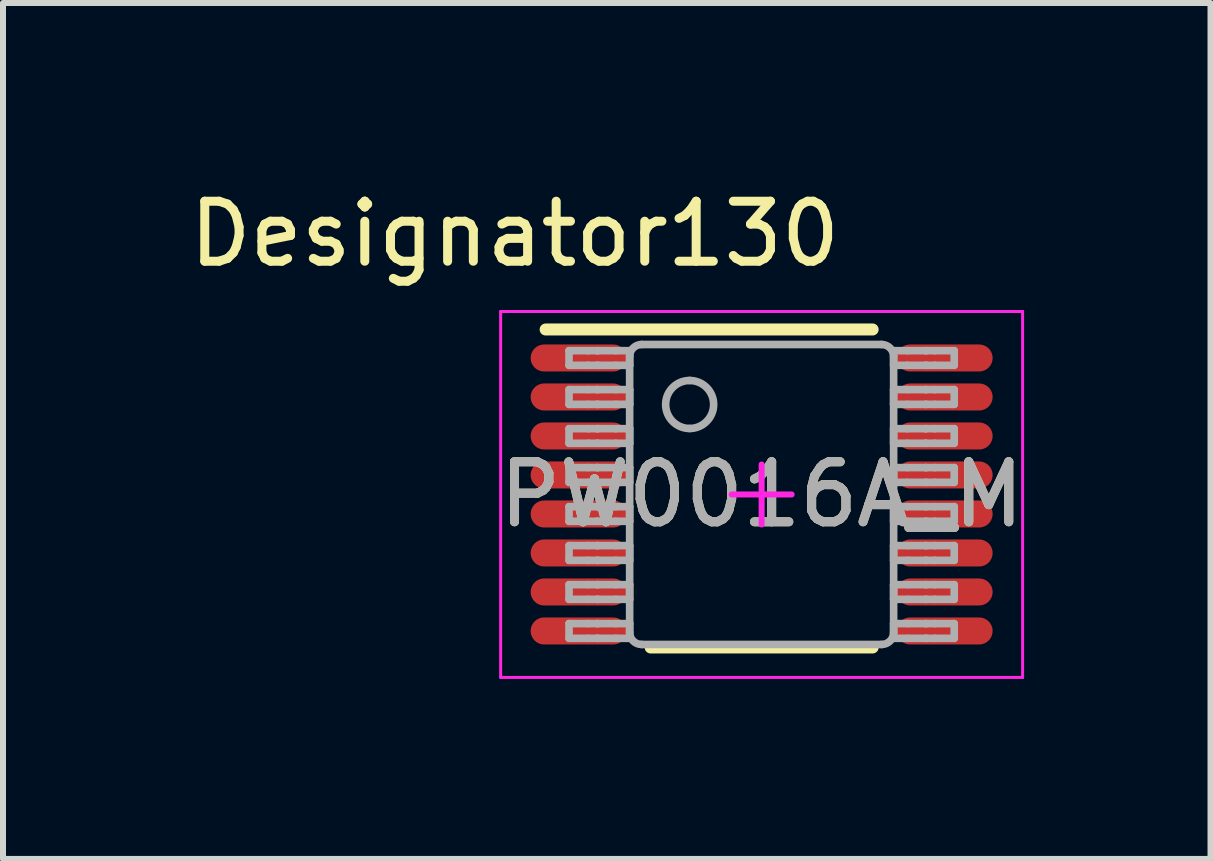
<source format=kicad_pcb>
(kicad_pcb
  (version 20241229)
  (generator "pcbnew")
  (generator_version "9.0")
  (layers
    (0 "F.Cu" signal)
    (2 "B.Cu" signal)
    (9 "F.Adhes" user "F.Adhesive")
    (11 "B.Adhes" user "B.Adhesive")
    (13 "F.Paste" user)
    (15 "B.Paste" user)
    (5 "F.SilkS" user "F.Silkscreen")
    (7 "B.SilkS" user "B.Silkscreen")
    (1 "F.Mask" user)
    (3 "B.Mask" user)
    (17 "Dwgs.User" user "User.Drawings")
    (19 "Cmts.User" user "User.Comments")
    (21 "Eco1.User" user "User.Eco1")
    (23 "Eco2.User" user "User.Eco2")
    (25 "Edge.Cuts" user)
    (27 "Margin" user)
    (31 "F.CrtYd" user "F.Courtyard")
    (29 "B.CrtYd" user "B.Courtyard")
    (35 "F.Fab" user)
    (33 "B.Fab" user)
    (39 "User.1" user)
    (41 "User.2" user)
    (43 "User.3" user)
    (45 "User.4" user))
  (footprint "PW0016A_M"
    (layer "F.Cu")
    (at 9.645 5.192)
    (property "Reference" "PW0016A_M" (at 0 0 0) (unlocked yes) (layer "F.SilkS") (effects (font (size 1 1) (thickness 0.15))))
    (attr smd)
    (fp_line (start -3.6 -2.75) (end 1.85 -2.75) (stroke (width 0.2) (type solid)) (layer "F.SilkS"))
    (fp_line (start -1.85 2.55) (end 1.85 2.55) (stroke (width 0.2) (type solid)) (layer "F.SilkS"))
    (fp_line (start -4.35 -3.05) (end 4.35 -3.05) (stroke (width 0.05) (type solid)) (layer "F.CrtYd"))
    (fp_line (start -4.35 3.05) (end -4.35 -3.05) (stroke (width 0.05) (type solid)) (layer "F.CrtYd"))
    (fp_line (start -4.35 3.05) (end 4.35 3.05) (stroke (width 0.05) (type solid)) (layer "F.CrtYd"))
    (fp_line (start -0.5 0) (end 0.5 0) (stroke (width 0.1) (type solid)) (layer "F.CrtYd"))
    (fp_line (start -0.000003 0.5) (end -0.000003 -0.5) (stroke (width 0.1) (type solid)) (layer "F.CrtYd"))
    (fp_line (start 4.35 3.05) (end 4.35 -3.05) (stroke (width 0.05) (type solid)) (layer "F.CrtYd"))
    (fp_line (start -3.21 -2.397) (end -2.887 -2.397) (stroke (width 0.127) (type solid)) (layer "F.Fab"))
    (fp_line (start -3.21 -2.153) (end -3.21 -2.397) (stroke (width 0.127) (type solid)) (layer "F.Fab"))
    (fp_line (start -3.21 -2.153) (end -2.887 -2.153) (stroke (width 0.127) (type solid)) (layer "F.Fab"))
    (fp_line (start -3.21 -1.748) (end -2.887 -1.748) (stroke (width 0.127) (type solid)) (layer "F.Fab"))
    (fp_line (start -3.21 -1.502) (end -3.21 -1.748) (stroke (width 0.127) (type solid)) (layer "F.Fab"))
    (fp_line (start -3.21 -1.502) (end -2.887 -1.502) (stroke (width 0.127) (type solid)) (layer "F.Fab"))
    (fp_line (start -3.21 -1.097) (end -2.887 -1.097) (stroke (width 0.127) (type solid)) (layer "F.Fab"))
    (fp_line (start -3.21 -0.853) (end -3.21 -1.097) (stroke (width 0.127) (type solid)) (layer "F.Fab"))
    (fp_line (start -3.21 -0.853) (end -2.887 -0.853) (stroke (width 0.127) (type solid)) (layer "F.Fab"))
    (fp_line (start -3.21 -0.448) (end -2.887 -0.448) (stroke (width 0.127) (type solid)) (layer "F.Fab"))
    (fp_line (start -3.21 -0.202) (end -3.21 -0.448) (stroke (width 0.127) (type solid)) (layer "F.Fab"))
    (fp_line (start -3.21 -0.202) (end -2.887 -0.202) (stroke (width 0.127) (type solid)) (layer "F.Fab"))
    (fp_line (start -3.21 0.203) (end -2.887 0.203) (stroke (width 0.127) (type solid)) (layer "F.Fab"))
    (fp_line (start -3.21 0.447) (end -3.21 0.203) (stroke (width 0.127) (type solid)) (layer "F.Fab"))
    (fp_line (start -3.21 0.447) (end -2.887 0.447) (stroke (width 0.127) (type solid)) (layer "F.Fab"))
    (fp_line (start -3.21 0.852) (end -2.887 0.852) (stroke (width 0.127) (type solid)) (layer "F.Fab"))
    (fp_line (start -3.21 1.098) (end -3.21 0.852) (stroke (width 0.127) (type solid)) (layer "F.Fab"))
    (fp_line (start -3.21 1.098) (end -2.887 1.098) (stroke (width 0.127) (type solid)) (layer "F.Fab"))
    (fp_line (start -3.21 1.503) (end -2.887 1.503) (stroke (width 0.127) (type solid)) (layer "F.Fab"))
    (fp_line (start -3.21 1.748) (end -3.21 1.503) (stroke (width 0.127) (type solid)) (layer "F.Fab"))
    (fp_line (start -3.21 1.748) (end -2.887 1.748) (stroke (width 0.127) (type solid)) (layer "F.Fab"))
    (fp_line (start -3.21 2.152) (end -2.887 2.152) (stroke (width 0.127) (type solid)) (layer "F.Fab"))
    (fp_line (start -3.21 2.398) (end -3.21 2.152) (stroke (width 0.127) (type solid)) (layer "F.Fab"))
    (fp_line (start -3.21 2.398) (end -2.887 2.398) (stroke (width 0.127) (type solid)) (layer "F.Fab"))
    (fp_line (start -2.887 -2.397) (end -2.739 -2.397) (stroke (width 0.127) (type solid)) (layer "F.Fab"))
    (fp_line (start -2.887 -2.153) (end -2.739 -2.153) (stroke (width 0.127) (type solid)) (layer "F.Fab"))
    (fp_line (start -2.887 -1.748) (end -2.739 -1.748) (stroke (width 0.127) (type solid)) (layer "F.Fab"))
    (fp_line (start -2.887 -1.502) (end -2.739 -1.502) (stroke (width 0.127) (type solid)) (layer "F.Fab"))
    (fp_line (start -2.887 -1.097) (end -2.739 -1.097) (stroke (width 0.127) (type solid)) (layer "F.Fab"))
    (fp_line (start -2.887 -0.853) (end -2.739 -0.853) (stroke (width 0.127) (type solid)) (layer "F.Fab"))
    (fp_line (start -2.887 -0.448) (end -2.739 -0.448) (stroke (width 0.127) (type solid)) (layer "F.Fab"))
    (fp_line (start -2.887 -0.202) (end -2.739 -0.202) (stroke (width 0.127) (type solid)) (layer "F.Fab"))
    (fp_line (start -2.887 0.203) (end -2.739 0.203) (stroke (width 0.127) (type solid)) (layer "F.Fab"))
    (fp_line (start -2.887 0.447) (end -2.739 0.447) (stroke (width 0.127) (type solid)) (layer "F.Fab"))
    (fp_line (start -2.887 0.852) (end -2.739 0.852) (stroke (width 0.127) (type solid)) (layer "F.Fab"))
    (fp_line (start -2.887 1.098) (end -2.739 1.098) (stroke (width 0.127) (type solid)) (layer "F.Fab"))
    (fp_line (start -2.887 1.503) (end -2.739 1.503) (stroke (width 0.127) (type solid)) (layer "F.Fab"))
    (fp_line (start -2.887 1.748) (end -2.739 1.748) (stroke (width 0.127) (type solid)) (layer "F.Fab"))
    (fp_line (start -2.887 2.152) (end -2.739 2.152) (stroke (width 0.127) (type solid)) (layer "F.Fab"))
    (fp_line (start -2.887 2.398) (end -2.739 2.398) (stroke (width 0.127) (type solid)) (layer "F.Fab"))
    (fp_line (start -2.739 -2.397) (end -2.733 -2.397) (stroke (width 0.127) (type solid)) (layer "F.Fab"))
    (fp_line (start -2.739 -2.153) (end -2.733 -2.153) (stroke (width 0.127) (type solid)) (layer "F.Fab"))
    (fp_line (start -2.739 -1.748) (end -2.733 -1.748) (stroke (width 0.127) (type solid)) (layer "F.Fab"))
    (fp_line (start -2.739 -1.502) (end -2.733 -1.502) (stroke (width 0.127) (type solid)) (layer "F.Fab"))
    (fp_line (start -2.739 -1.097) (end -2.733 -1.097) (stroke (width 0.127) (type solid)) (layer "F.Fab"))
    (fp_line (start -2.739 -0.853) (end -2.733 -0.853) (stroke (width 0.127) (type solid)) (layer "F.Fab"))
    (fp_line (start -2.739 -0.448) (end -2.733 -0.448) (stroke (width 0.127) (type solid)) (layer "F.Fab"))
    (fp_line (start -2.739 -0.202) (end -2.733 -0.202) (stroke (width 0.127) (type solid)) (layer "F.Fab"))
    (fp_line (start -2.739 0.203) (end -2.733 0.203) (stroke (width 0.127) (type solid)) (layer "F.Fab"))
    (fp_line (start -2.739 0.447) (end -2.733 0.447) (stroke (width 0.127) (type solid)) (layer "F.Fab"))
    (fp_line (start -2.739 0.852) (end -2.733 0.852) (stroke (width 0.127) (type solid)) (layer "F.Fab"))
    (fp_line (start -2.739 1.098) (end -2.733 1.098) (stroke (width 0.127) (type solid)) (layer "F.Fab"))
    (fp_line (start -2.739 1.503) (end -2.733 1.503) (stroke (width 0.127) (type solid)) (layer "F.Fab"))
    (fp_line (start -2.739 1.748) (end -2.733 1.748) (stroke (width 0.127) (type solid)) (layer "F.Fab"))
    (fp_line (start -2.739 2.152) (end -2.733 2.152) (stroke (width 0.127) (type solid)) (layer "F.Fab"))
    (fp_line (start -2.739 2.398) (end -2.733 2.398) (stroke (width 0.127) (type solid)) (layer "F.Fab"))
    (fp_line (start -2.733 -2.397) (end -2.431 -2.397) (stroke (width 0.127) (type solid)) (layer "F.Fab"))
    (fp_line (start -2.733 -2.153) (end -2.431 -2.153) (stroke (width 0.127) (type solid)) (layer "F.Fab"))
    (fp_line (start -2.733 -1.748) (end -2.431 -1.748) (stroke (width 0.127) (type solid)) (layer "F.Fab"))
    (fp_line (start -2.733 -1.502) (end -2.431 -1.502) (stroke (width 0.127) (type solid)) (layer "F.Fab"))
    (fp_line (start -2.733 -1.097) (end -2.431 -1.097) (stroke (width 0.127) (type solid)) (layer "F.Fab"))
    (fp_line (start -2.733 -0.853) (end -2.431 -0.853) (stroke (width 0.127) (type solid)) (layer "F.Fab"))
    (fp_line (start -2.733 -0.448) (end -2.431 -0.448) (stroke (width 0.127) (type solid)) (layer "F.Fab"))
    (fp_line (start -2.733 -0.202) (end -2.431 -0.202) (stroke (width 0.127) (type solid)) (layer "F.Fab"))
    (fp_line (start -2.733 0.203) (end -2.431 0.203) (stroke (width 0.127) (type solid)) (layer "F.Fab"))
    (fp_line (start -2.733 0.447) (end -2.431 0.447) (stroke (width 0.127) (type solid)) (layer "F.Fab"))
    (fp_line (start -2.733 0.852) (end -2.431 0.852) (stroke (width 0.127) (type solid)) (layer "F.Fab"))
    (fp_line (start -2.733 1.098) (end -2.431 1.098) (stroke (width 0.127) (type solid)) (layer "F.Fab"))
    (fp_line (start -2.733 1.503) (end -2.431 1.503) (stroke (width 0.127) (type solid)) (layer "F.Fab"))
    (fp_line (start -2.733 1.748) (end -2.431 1.748) (stroke (width 0.127) (type solid)) (layer "F.Fab"))
    (fp_line (start -2.733 2.152) (end -2.431 2.152) (stroke (width 0.127) (type solid)) (layer "F.Fab"))
    (fp_line (start -2.733 2.398) (end -2.431 2.398) (stroke (width 0.127) (type solid)) (layer "F.Fab"))
    (fp_line (start -2.431 -2.397) (end -2.2 -2.397) (stroke (width 0.127) (type solid)) (layer "F.Fab"))
    (fp_line (start -2.431 -2.153) (end -2.2 -2.153) (stroke (width 0.127) (type solid)) (layer "F.Fab"))
    (fp_line (start -2.431 -1.748) (end -2.2 -1.748) (stroke (width 0.127) (type solid)) (layer "F.Fab"))
    (fp_line (start -2.431 -1.502) (end -2.2 -1.502) (stroke (width 0.127) (type solid)) (layer "F.Fab"))
    (fp_line (start -2.431 -1.097) (end -2.2 -1.097) (stroke (width 0.127) (type solid)) (layer "F.Fab"))
    (fp_line (start -2.431 -0.853) (end -2.2 -0.853) (stroke (width 0.127) (type solid)) (layer "F.Fab"))
    (fp_line (start -2.431 -0.448) (end -2.2 -0.448) (stroke (width 0.127) (type solid)) (layer "F.Fab"))
    (fp_line (start -2.431 -0.202) (end -2.2 -0.202) (stroke (width 0.127) (type solid)) (layer "F.Fab"))
    (fp_line (start -2.431 0.203) (end -2.2 0.203) (stroke (width 0.127) (type solid)) (layer "F.Fab"))
    (fp_line (start -2.431 0.447) (end -2.2 0.447) (stroke (width 0.127) (type solid)) (layer "F.Fab"))
    (fp_line (start -2.431 0.852) (end -2.2 0.852) (stroke (width 0.127) (type solid)) (layer "F.Fab"))
    (fp_line (start -2.431 1.098) (end -2.2 1.098) (stroke (width 0.127) (type solid)) (layer "F.Fab"))
    (fp_line (start -2.431 1.503) (end -2.2 1.503) (stroke (width 0.127) (type solid)) (layer "F.Fab"))
    (fp_line (start -2.431 1.748) (end -2.2 1.748) (stroke (width 0.127) (type solid)) (layer "F.Fab"))
    (fp_line (start -2.431 2.152) (end -2.2 2.152) (stroke (width 0.127) (type solid)) (layer "F.Fab"))
    (fp_line (start -2.431 2.398) (end -2.2 2.398) (stroke (width 0.127) (type solid)) (layer "F.Fab"))
    (fp_line (start -2.2 -2.153) (end -2.2 -2.397) (stroke (width 0.127) (type solid)) (layer "F.Fab"))
    (fp_line (start -2.2 -1.502) (end -2.2 -1.748) (stroke (width 0.127) (type solid)) (layer "F.Fab"))
    (fp_line (start -2.2 -0.853) (end -2.2 -1.097) (stroke (width 0.127) (type solid)) (layer "F.Fab"))
    (fp_line (start -2.2 -0.202) (end -2.2 -0.448) (stroke (width 0.127) (type solid)) (layer "F.Fab"))
    (fp_line (start -2.2 0.447) (end -2.2 0.203) (stroke (width 0.127) (type solid)) (layer "F.Fab"))
    (fp_line (start -2.2 1.098) (end -2.2 0.852) (stroke (width 0.127) (type solid)) (layer "F.Fab"))
    (fp_line (start -2.2 1.748) (end -2.2 1.503) (stroke (width 0.127) (type solid)) (layer "F.Fab"))
    (fp_line (start -2.2 2.3) (end -2.2 -2.3) (stroke (width 0.127) (type solid)) (layer "F.Fab"))
    (fp_line (start -2.2 2.398) (end -2.2 2.152) (stroke (width 0.127) (type solid)) (layer "F.Fab"))
    (fp_line (start -2 -2.5) (end 2 -2.5) (stroke (width 0.127) (type solid)) (layer "F.Fab"))
    (fp_line (start -2 2.5) (end 2 2.5) (stroke (width 0.127) (type solid)) (layer "F.Fab"))
    (fp_line (start 2.2 -2.397) (end 2.43 -2.397) (stroke (width 0.127) (type solid)) (layer "F.Fab"))
    (fp_line (start 2.2 -2.153) (end 2.2 -2.397) (stroke (width 0.127) (type solid)) (layer "F.Fab"))
    (fp_line (start 2.2 -2.153) (end 2.43 -2.153) (stroke (width 0.127) (type solid)) (layer "F.Fab"))
    (fp_line (start 2.2 -1.748) (end 2.43 -1.748) (stroke (width 0.127) (type solid)) (layer "F.Fab"))
    (fp_line (start 2.2 -1.502) (end 2.2 -1.748) (stroke (width 0.127) (type solid)) (layer "F.Fab"))
    (fp_line (start 2.2 -1.502) (end 2.43 -1.502) (stroke (width 0.127) (type solid)) (layer "F.Fab"))
    (fp_line (start 2.2 -1.097) (end 2.43 -1.097) (stroke (width 0.127) (type solid)) (layer "F.Fab"))
    (fp_line (start 2.2 -0.853) (end 2.2 -1.097) (stroke (width 0.127) (type solid)) (layer "F.Fab"))
    (fp_line (start 2.2 -0.853) (end 2.43 -0.853) (stroke (width 0.127) (type solid)) (layer "F.Fab"))
    (fp_line (start 2.2 -0.448) (end 2.43 -0.448) (stroke (width 0.127) (type solid)) (layer "F.Fab"))
    (fp_line (start 2.2 -0.202) (end 2.2 -0.448) (stroke (width 0.127) (type solid)) (layer "F.Fab"))
    (fp_line (start 2.2 -0.202) (end 2.43 -0.202) (stroke (width 0.127) (type solid)) (layer "F.Fab"))
    (fp_line (start 2.2 0.203) (end 2.43 0.203) (stroke (width 0.127) (type solid)) (layer "F.Fab"))
    (fp_line (start 2.2 0.447) (end 2.2 0.203) (stroke (width 0.127) (type solid)) (layer "F.Fab"))
    (fp_line (start 2.2 0.447) (end 2.43 0.447) (stroke (width 0.127) (type solid)) (layer "F.Fab"))
    (fp_line (start 2.2 0.852) (end 2.43 0.852) (stroke (width 0.127) (type solid)) (layer "F.Fab"))
    (fp_line (start 2.2 1.098) (end 2.2 0.852) (stroke (width 0.127) (type solid)) (layer "F.Fab"))
    (fp_line (start 2.2 1.098) (end 2.43 1.098) (stroke (width 0.127) (type solid)) (layer "F.Fab"))
    (fp_line (start 2.2 1.503) (end 2.43 1.503) (stroke (width 0.127) (type solid)) (layer "F.Fab"))
    (fp_line (start 2.2 1.748) (end 2.2 1.503) (stroke (width 0.127) (type solid)) (layer "F.Fab"))
    (fp_line (start 2.2 1.748) (end 2.43 1.748) (stroke (width 0.127) (type solid)) (layer "F.Fab"))
    (fp_line (start 2.2 2.152) (end 2.43 2.152) (stroke (width 0.127) (type solid)) (layer "F.Fab"))
    (fp_line (start 2.2 2.3) (end 2.2 -2.3) (stroke (width 0.127) (type solid)) (layer "F.Fab"))
    (fp_line (start 2.2 2.398) (end 2.2 2.152) (stroke (width 0.127) (type solid)) (layer "F.Fab"))
    (fp_line (start 2.2 2.398) (end 2.43 2.398) (stroke (width 0.127) (type solid)) (layer "F.Fab"))
    (fp_line (start 2.43 -2.397) (end 2.733 -2.397) (stroke (width 0.127) (type solid)) (layer "F.Fab"))
    (fp_line (start 2.43 -2.153) (end 2.733 -2.153) (stroke (width 0.127) (type solid)) (layer "F.Fab"))
    (fp_line (start 2.43 -1.748) (end 2.733 -1.748) (stroke (width 0.127) (type solid)) (layer "F.Fab"))
    (fp_line (start 2.43 -1.502) (end 2.733 -1.502) (stroke (width 0.127) (type solid)) (layer "F.Fab"))
    (fp_line (start 2.43 -1.097) (end 2.733 -1.097) (stroke (width 0.127) (type solid)) (layer "F.Fab"))
    (fp_line (start 2.43 -0.853) (end 2.733 -0.853) (stroke (width 0.127) (type solid)) (layer "F.Fab"))
    (fp_line (start 2.43 -0.448) (end 2.733 -0.448) (stroke (width 0.127) (type solid)) (layer "F.Fab"))
    (fp_line (start 2.43 -0.202) (end 2.733 -0.202) (stroke (width 0.127) (type solid)) (layer "F.Fab"))
    (fp_line (start 2.43 0.203) (end 2.733 0.203) (stroke (width 0.127) (type solid)) (layer "F.Fab"))
    (fp_line (start 2.43 0.447) (end 2.733 0.447) (stroke (width 0.127) (type solid)) (layer "F.Fab"))
    (fp_line (start 2.43 0.852) (end 2.733 0.852) (stroke (width 0.127) (type solid)) (layer "F.Fab"))
    (fp_line (start 2.43 1.098) (end 2.733 1.098) (stroke (width 0.127) (type solid)) (layer "F.Fab"))
    (fp_line (start 2.43 1.503) (end 2.733 1.503) (stroke (width 0.127) (type solid)) (layer "F.Fab"))
    (fp_line (start 2.43 1.748) (end 2.733 1.748) (stroke (width 0.127) (type solid)) (layer "F.Fab"))
    (fp_line (start 2.43 2.152) (end 2.733 2.152) (stroke (width 0.127) (type solid)) (layer "F.Fab"))
    (fp_line (start 2.43 2.398) (end 2.733 2.398) (stroke (width 0.127) (type solid)) (layer "F.Fab"))
    (fp_line (start 2.733 -2.397) (end 2.739 -2.397) (stroke (width 0.127) (type solid)) (layer "F.Fab"))
    (fp_line (start 2.733 -2.153) (end 2.739 -2.153) (stroke (width 0.127) (type solid)) (layer "F.Fab"))
    (fp_line (start 2.733 -1.748) (end 2.739 -1.748) (stroke (width 0.127) (type solid)) (layer "F.Fab"))
    (fp_line (start 2.733 -1.502) (end 2.739 -1.502) (stroke (width 0.127) (type solid)) (layer "F.Fab"))
    (fp_line (start 2.733 -1.097) (end 2.739 -1.097) (stroke (width 0.127) (type solid)) (layer "F.Fab"))
    (fp_line (start 2.733 -0.853) (end 2.739 -0.853) (stroke (width 0.127) (type solid)) (layer "F.Fab"))
    (fp_line (start 2.733 -0.448) (end 2.739 -0.448) (stroke (width 0.127) (type solid)) (layer "F.Fab"))
    (fp_line (start 2.733 -0.202) (end 2.739 -0.202) (stroke (width 0.127) (type solid)) (layer "F.Fab"))
    (fp_line (start 2.733 0.203) (end 2.739 0.203) (stroke (width 0.127) (type solid)) (layer "F.Fab"))
    (fp_line (start 2.733 0.447) (end 2.739 0.447) (stroke (width 0.127) (type solid)) (layer "F.Fab"))
    (fp_line (start 2.733 0.852) (end 2.739 0.852) (stroke (width 0.127) (type solid)) (layer "F.Fab"))
    (fp_line (start 2.733 1.098) (end 2.739 1.098) (stroke (width 0.127) (type solid)) (layer "F.Fab"))
    (fp_line (start 2.733 1.503) (end 2.739 1.503) (stroke (width 0.127) (type solid)) (layer "F.Fab"))
    (fp_line (start 2.733 1.748) (end 2.739 1.748) (stroke (width 0.127) (type solid)) (layer "F.Fab"))
    (fp_line (start 2.733 2.152) (end 2.739 2.152) (stroke (width 0.127) (type solid)) (layer "F.Fab"))
    (fp_line (start 2.733 2.398) (end 2.739 2.398) (stroke (width 0.127) (type solid)) (layer "F.Fab"))
    (fp_line (start 2.739 -2.397) (end 2.887 -2.397) (stroke (width 0.127) (type solid)) (layer "F.Fab"))
    (fp_line (start 2.739 -2.153) (end 2.887 -2.153) (stroke (width 0.127) (type solid)) (layer "F.Fab"))
    (fp_line (start 2.739 -1.748) (end 2.887 -1.748) (stroke (width 0.127) (type solid)) (layer "F.Fab"))
    (fp_line (start 2.739 -1.502) (end 2.887 -1.502) (stroke (width 0.127) (type solid)) (layer "F.Fab"))
    (fp_line (start 2.739 -1.097) (end 2.887 -1.097) (stroke (width 0.127) (type solid)) (layer "F.Fab"))
    (fp_line (start 2.739 -0.853) (end 2.887 -0.853) (stroke (width 0.127) (type solid)) (layer "F.Fab"))
    (fp_line (start 2.739 -0.448) (end 2.887 -0.448) (stroke (width 0.127) (type solid)) (layer "F.Fab"))
    (fp_line (start 2.739 -0.202) (end 2.887 -0.202) (stroke (width 0.127) (type solid)) (layer "F.Fab"))
    (fp_line (start 2.739 0.203) (end 2.887 0.203) (stroke (width 0.127) (type solid)) (layer "F.Fab"))
    (fp_line (start 2.739 0.447) (end 2.887 0.447) (stroke (width 0.127) (type solid)) (layer "F.Fab"))
    (fp_line (start 2.739 0.852) (end 2.887 0.852) (stroke (width 0.127) (type solid)) (layer "F.Fab"))
    (fp_line (start 2.739 1.098) (end 2.887 1.098) (stroke (width 0.127) (type solid)) (layer "F.Fab"))
    (fp_line (start 2.739 1.503) (end 2.887 1.503) (stroke (width 0.127) (type solid)) (layer "F.Fab"))
    (fp_line (start 2.739 1.748) (end 2.887 1.748) (stroke (width 0.127) (type solid)) (layer "F.Fab"))
    (fp_line (start 2.739 2.152) (end 2.887 2.152) (stroke (width 0.127) (type solid)) (layer "F.Fab"))
    (fp_line (start 2.739 2.398) (end 2.887 2.398) (stroke (width 0.127) (type solid)) (layer "F.Fab"))
    (fp_line (start 2.887 -2.397) (end 3.21 -2.397) (stroke (width 0.127) (type solid)) (layer "F.Fab"))
    (fp_line (start 2.887 -2.153) (end 3.21 -2.153) (stroke (width 0.127) (type solid)) (layer "F.Fab"))
    (fp_line (start 2.887 -1.748) (end 3.21 -1.748) (stroke (width 0.127) (type solid)) (layer "F.Fab"))
    (fp_line (start 2.887 -1.502) (end 3.21 -1.502) (stroke (width 0.127) (type solid)) (layer "F.Fab"))
    (fp_line (start 2.887 -1.097) (end 3.21 -1.097) (stroke (width 0.127) (type solid)) (layer "F.Fab"))
    (fp_line (start 2.887 -0.853) (end 3.21 -0.853) (stroke (width 0.127) (type solid)) (layer "F.Fab"))
    (fp_line (start 2.887 -0.448) (end 3.21 -0.448) (stroke (width 0.127) (type solid)) (layer "F.Fab"))
    (fp_line (start 2.887 -0.202) (end 3.21 -0.202) (stroke (width 0.127) (type solid)) (layer "F.Fab"))
    (fp_line (start 2.887 0.203) (end 3.21 0.203) (stroke (width 0.127) (type solid)) (layer "F.Fab"))
    (fp_line (start 2.887 0.447) (end 3.21 0.447) (stroke (width 0.127) (type solid)) (layer "F.Fab"))
    (fp_line (start 2.887 0.852) (end 3.21 0.852) (stroke (width 0.127) (type solid)) (layer "F.Fab"))
    (fp_line (start 2.887 1.098) (end 3.21 1.098) (stroke (width 0.127) (type solid)) (layer "F.Fab"))
    (fp_line (start 2.887 1.503) (end 3.21 1.503) (stroke (width 0.127) (type solid)) (layer "F.Fab"))
    (fp_line (start 2.887 1.748) (end 3.21 1.748) (stroke (width 0.127) (type solid)) (layer "F.Fab"))
    (fp_line (start 2.887 2.152) (end 3.21 2.152) (stroke (width 0.127) (type solid)) (layer "F.Fab"))
    (fp_line (start 2.887 2.398) (end 3.21 2.398) (stroke (width 0.127) (type solid)) (layer "F.Fab"))
    (fp_line (start 3.21 -2.153) (end 3.21 -2.397) (stroke (width 0.127) (type solid)) (layer "F.Fab"))
    (fp_line (start 3.21 -1.502) (end 3.21 -1.748) (stroke (width 0.127) (type solid)) (layer "F.Fab"))
    (fp_line (start 3.21 -0.853) (end 3.21 -1.097) (stroke (width 0.127) (type solid)) (layer "F.Fab"))
    (fp_line (start 3.21 -0.202) (end 3.21 -0.448) (stroke (width 0.127) (type solid)) (layer "F.Fab"))
    (fp_line (start 3.21 0.447) (end 3.21 0.203) (stroke (width 0.127) (type solid)) (layer "F.Fab"))
    (fp_line (start 3.21 1.098) (end 3.21 0.852) (stroke (width 0.127) (type solid)) (layer "F.Fab"))
    (fp_line (start 3.21 1.748) (end 3.21 1.503) (stroke (width 0.127) (type solid)) (layer "F.Fab"))
    (fp_line (start 3.21 2.398) (end 3.21 2.152) (stroke (width 0.127) (type solid)) (layer "F.Fab"))
    (fp_arc (start -2.200001 -2.3) (mid -2.141422 -2.441421) (end -2.000001 -2.5) (stroke (width 0.127) (type solid)) (layer "F.Fab"))
    (fp_arc (start -2.000001 2.500015) (mid -2.141422 2.441437) (end -2.200001 2.300016) (stroke (width 0.127) (type solid)) (layer "F.Fab"))
    (fp_arc (start -1.200003 -1.900001) (mid -0.800003 -1.500002) (end -1.200003 -1.100003) (stroke (width 0.127) (type solid)) (layer "F.Fab"))
    (fp_arc (start -1.200003 -1.100003) (mid -1.600002 -1.500002) (end -1.200003 -1.900001) (stroke (width 0.127) (type solid)) (layer "F.Fab"))
    (fp_arc (start 1.999991 -2.5) (mid 2.141412 -2.441422) (end 2.199991 -2.3) (stroke (width 0.127) (type solid)) (layer "F.Fab"))
    (fp_arc (start 2.199991 2.300016) (mid 2.141412 2.441437) (end 1.999991 2.500015) (stroke (width 0.127) (type solid)) (layer "F.Fab"))
    (fp_text user "Designator130" (at -4.115 -4.343 0) (unlocked yes) (layer "F.SilkS") (effects (font (size 1 1) (thickness 0.15))))
    (fp_text user "${REFERENCE}" (at 0 0 0) (unlocked yes) (layer "F.Fab") (effects (font (size 1 1) (thickness 0.15))))
    (pad "1" smd oval (at -3.05 -2.275 90) (size 0.45 1.6) (layers "F.Cu" "F.Mask" "F.Paste"))
    (pad "2" smd oval (at -3.05 -1.625 90) (size 0.45 1.6) (layers "F.Cu" "F.Mask" "F.Paste"))
    (pad "3" smd oval (at -3.05 -0.975 90) (size 0.45 1.6) (layers "F.Cu" "F.Mask" "F.Paste"))
    (pad "4" smd oval (at -3.05 -0.325 90) (size 0.45 1.6) (layers "F.Cu" "F.Mask" "F.Paste"))
    (pad "5" smd oval (at -3.05 0.325 90) (size 0.45 1.6) (layers "F.Cu" "F.Mask" "F.Paste"))
    (pad "6" smd oval (at -3.05 0.975 90) (size 0.45 1.6) (layers "F.Cu" "F.Mask" "F.Paste"))
    (pad "7" smd oval (at -3.05 1.625 90) (size 0.45 1.6) (layers "F.Cu" "F.Mask" "F.Paste"))
    (pad "8" smd oval (at -3.05 2.275 90) (size 0.45 1.6) (layers "F.Cu" "F.Mask" "F.Paste"))
    (pad "9" smd oval (at 3.05 2.275 90) (size 0.45 1.6) (layers "F.Cu" "F.Mask" "F.Paste"))
    (pad "10" smd oval (at 3.05 1.625 90) (size 0.45 1.6) (layers "F.Cu" "F.Mask" "F.Paste"))
    (pad "11" smd oval (at 3.05 0.975 90) (size 0.45 1.6) (layers "F.Cu" "F.Mask" "F.Paste"))
    (pad "12" smd oval (at 3.05 0.325 90) (size 0.45 1.6) (layers "F.Cu" "F.Mask" "F.Paste"))
    (pad "13" smd oval (at 3.05 -0.325 90) (size 0.45 1.6) (layers "F.Cu" "F.Mask" "F.Paste"))
    (pad "14" smd oval (at 3.05 -0.975 90) (size 0.45 1.6) (layers "F.Cu" "F.Mask" "F.Paste"))
    (pad "15" smd oval (at 3.05 -1.625 90) (size 0.45 1.6) (layers "F.Cu" "F.Mask" "F.Paste"))
    (pad "16" smd oval (at 3.05 -2.275 90) (size 0.45 1.6) (layers "F.Cu" "F.Mask" "F.Paste")))
  (gr_rect
    (start -3 -3)
    (end 17.127 11.267)
    (stroke (width 0.1) (type default))
    (fill no)
    (layer "Edge.Cuts")))
</source>
